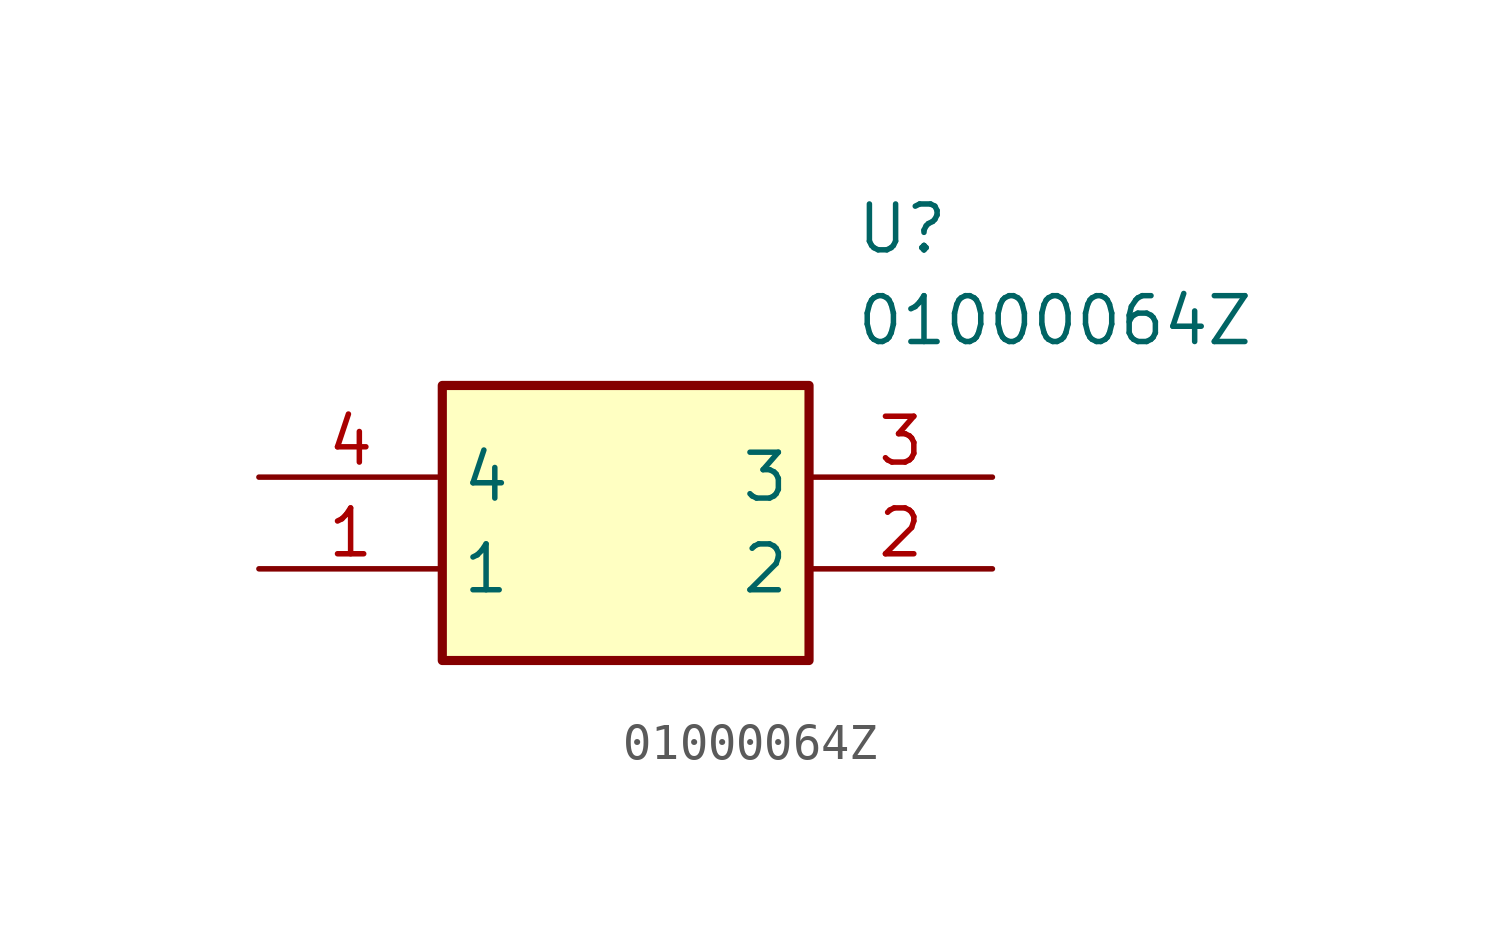
<source format=kicad_sym>
(kicad_symbol_lib
  (version 20211014)
  (generator SamacSys_ECAD_Model)
  (symbol "01000064Z"
    (property "Reference" "U"
      (at 16.51 7.62 0)
      (effects (font (size 1.27 1.27)) (justify left top)))
    (property "Value" "01000064Z"
      (at 16.51 5.08 0)
      (effects (font (size 1.27 1.27)) (justify left top)))
    (rectangle
      (start 5.08 2.54)
      (end 15.24 -5.08)
      (stroke (width 0.254) (type default))
      (fill (type background)))
    (pin passive line
      (at 0 -2.54 0)
      (length 5.08)
      (name "1" (effects (font (size 1.27 1.27))))
      (number "1" (effects (font (size 1.27 1.27)))))
    (pin passive line
      (at 20.32 -2.54 180)
      (length 5.08)
      (name "2" (effects (font (size 1.27 1.27))))
      (number "2" (effects (font (size 1.27 1.27)))))
    (pin passive line
      (at 20.32 0 180)
      (length 5.08)
      (name "3" (effects (font (size 1.27 1.27))))
      (number "3" (effects (font (size 1.27 1.27)))))
    (pin passive line
      (at 0 0 0)
      (length 5.08)
      (name "4" (effects (font (size 1.27 1.27))))
      (number "4" (effects (font (size 1.27 1.27)))))))
</source>
